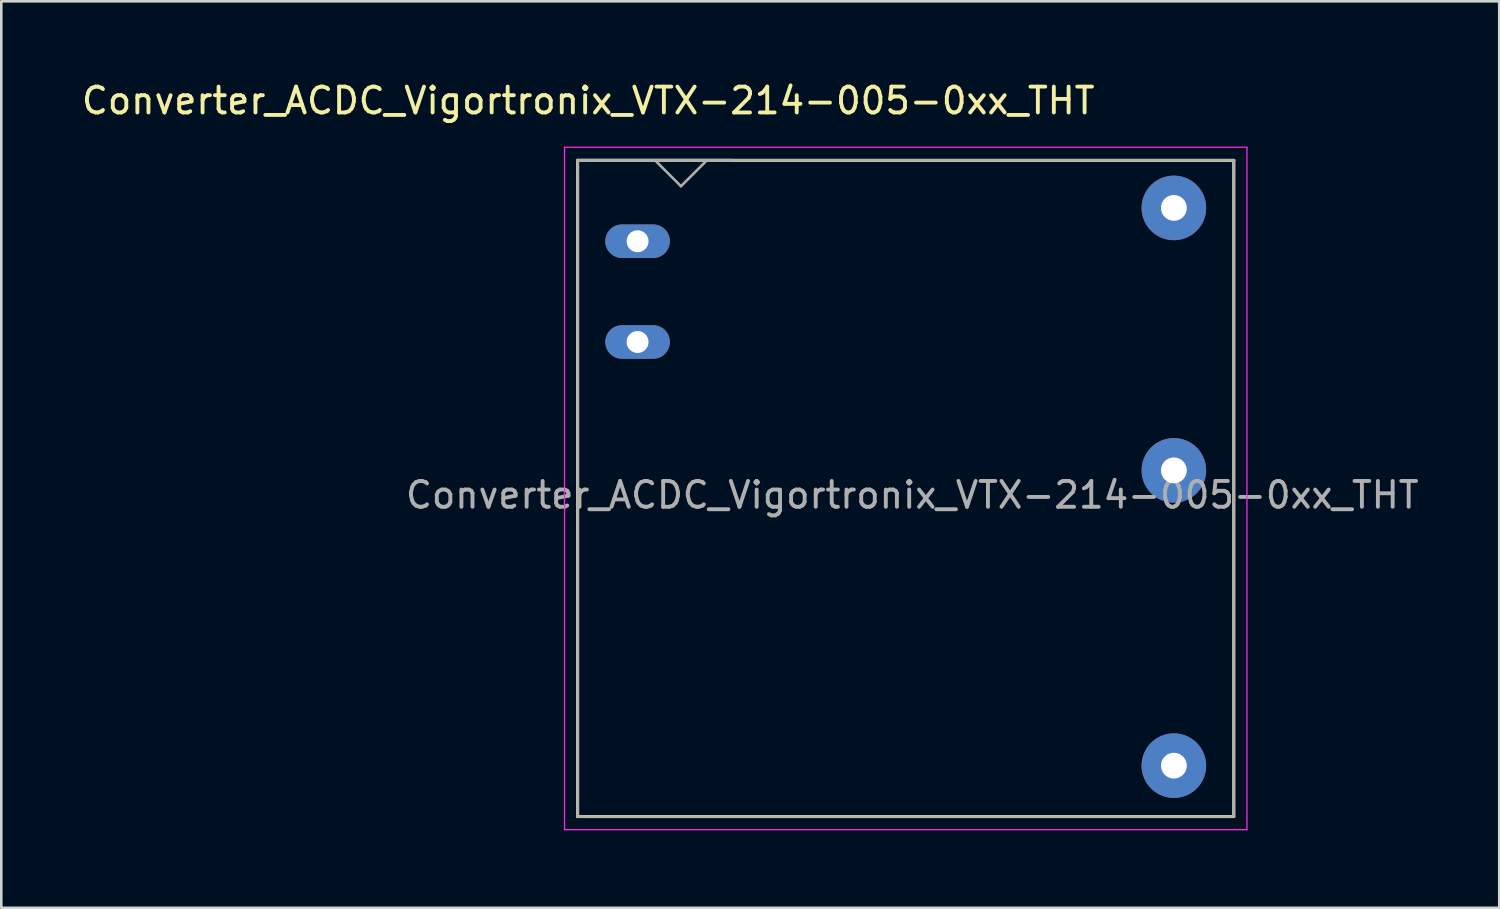
<source format=kicad_pcb>
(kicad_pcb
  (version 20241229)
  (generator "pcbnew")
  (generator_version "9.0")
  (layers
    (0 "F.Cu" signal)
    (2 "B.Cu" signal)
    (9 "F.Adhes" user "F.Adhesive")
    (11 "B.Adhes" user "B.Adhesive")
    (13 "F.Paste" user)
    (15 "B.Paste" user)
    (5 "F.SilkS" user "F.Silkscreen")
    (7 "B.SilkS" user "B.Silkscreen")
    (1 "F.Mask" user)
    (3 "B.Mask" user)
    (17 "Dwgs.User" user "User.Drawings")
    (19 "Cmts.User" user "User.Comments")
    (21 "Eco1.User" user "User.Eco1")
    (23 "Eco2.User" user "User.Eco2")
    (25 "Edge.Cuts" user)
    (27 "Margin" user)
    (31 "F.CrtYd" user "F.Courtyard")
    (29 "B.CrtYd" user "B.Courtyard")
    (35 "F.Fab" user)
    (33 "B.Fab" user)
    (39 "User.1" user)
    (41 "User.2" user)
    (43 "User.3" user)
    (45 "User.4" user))
  (footprint "Converter_ACDC_Vigortronix_VTX-214-005-0xx_THT"
    (layer "F.Cu")
    (at 21.63 6.288)
    (property "Reference" "Converter_ACDC_Vigortronix_VTX-214-005-0xx_THT" (at -1.91 -5.44 0) (layer "F.SilkS") (effects (font (size 1 1) (thickness 0.15))))
    (attr through_hole)
    (fp_line (start -2.32 -3.13) (end 23.08 -3.13) (stroke (width 0.12) (type solid)) (layer "F.SilkS"))
    (fp_line (start -2.32 22.27) (end -2.32 -3.13) (stroke (width 0.12) (type solid)) (layer "F.SilkS"))
    (fp_line (start 23.08 -3.13) (end 23.08 22.27) (stroke (width 0.12) (type solid)) (layer "F.SilkS"))
    (fp_line (start 23.08 22.27) (end -2.32 22.27) (stroke (width 0.12) (type solid)) (layer "F.SilkS"))
    (fp_line (start -2.828 -3.638) (end 23.588 -3.638) (stroke (width 0.05) (type solid)) (layer "F.CrtYd"))
    (fp_line (start -2.828 22.778) (end -2.828 -3.638) (stroke (width 0.05) (type solid)) (layer "F.CrtYd"))
    (fp_line (start 23.588 -3.638) (end 23.588 22.778) (stroke (width 0.05) (type solid)) (layer "F.CrtYd"))
    (fp_line (start 23.588 22.778) (end -2.828 22.778) (stroke (width 0.05) (type solid)) (layer "F.CrtYd"))
    (fp_line (start -2.32 -3.13) (end 0.68 -3.13) (stroke (width 0.1) (type solid)) (layer "F.Fab"))
    (fp_line (start -2.32 -3.13) (end 3.68 -3.13) (stroke (width 0.12) (type solid)) (layer "F.Fab"))
    (fp_line (start -2.32 22.27) (end -2.32 -3.13) (stroke (width 0.1) (type solid)) (layer "F.Fab"))
    (fp_line (start 0.68 -3.13) (end 1.68 -2.13) (stroke (width 0.1) (type solid)) (layer "F.Fab"))
    (fp_line (start 1.68 -2.13) (end 2.68 -3.13) (stroke (width 0.1) (type solid)) (layer "F.Fab"))
    (fp_line (start 2.68 -3.13) (end 23.08 -3.13) (stroke (width 0.1) (type solid)) (layer "F.Fab"))
    (fp_line (start 23.08 -3.13) (end 23.08 22.27) (stroke (width 0.1) (type solid)) (layer "F.Fab"))
    (fp_line (start 23.08 22.27) (end -2.32 22.27) (stroke (width 0.1) (type solid)) (layer "F.Fab"))
    (fp_text user "${REFERENCE}" (at 10.634 9.824 0) (layer "F.Fab") (effects (font (size 1 1) (thickness 0.15))))
    (pad "1" thru_hole oval (at 0 0) (size 2.5 1.3) (drill 0.85) (layers "*.Cu" "*.Mask"))
    (pad "2" thru_hole oval (at 0 3.9) (size 2.5 1.3) (drill 0.85) (layers "*.Cu" "*.Mask"))
    (pad "3" thru_hole circle (at 20.76 20.3) (size 2.5 2.5) (drill 1) (layers "*.Cu" "*.Mask"))
    (pad "4" thru_hole circle (at 20.76 8.87) (size 2.5 2.5) (drill 1) (layers "*.Cu" "*.Mask"))
    (pad "5" thru_hole circle (at 20.76 -1.29) (size 2.5 2.5) (drill 1) (layers "*.Cu" "*.Mask")))
  (gr_rect
    (start -3 -3)
    (end 54.984 32.091)
    (stroke (width 0.1) (type default))
    (fill no)
    (layer "Edge.Cuts")))
</source>
